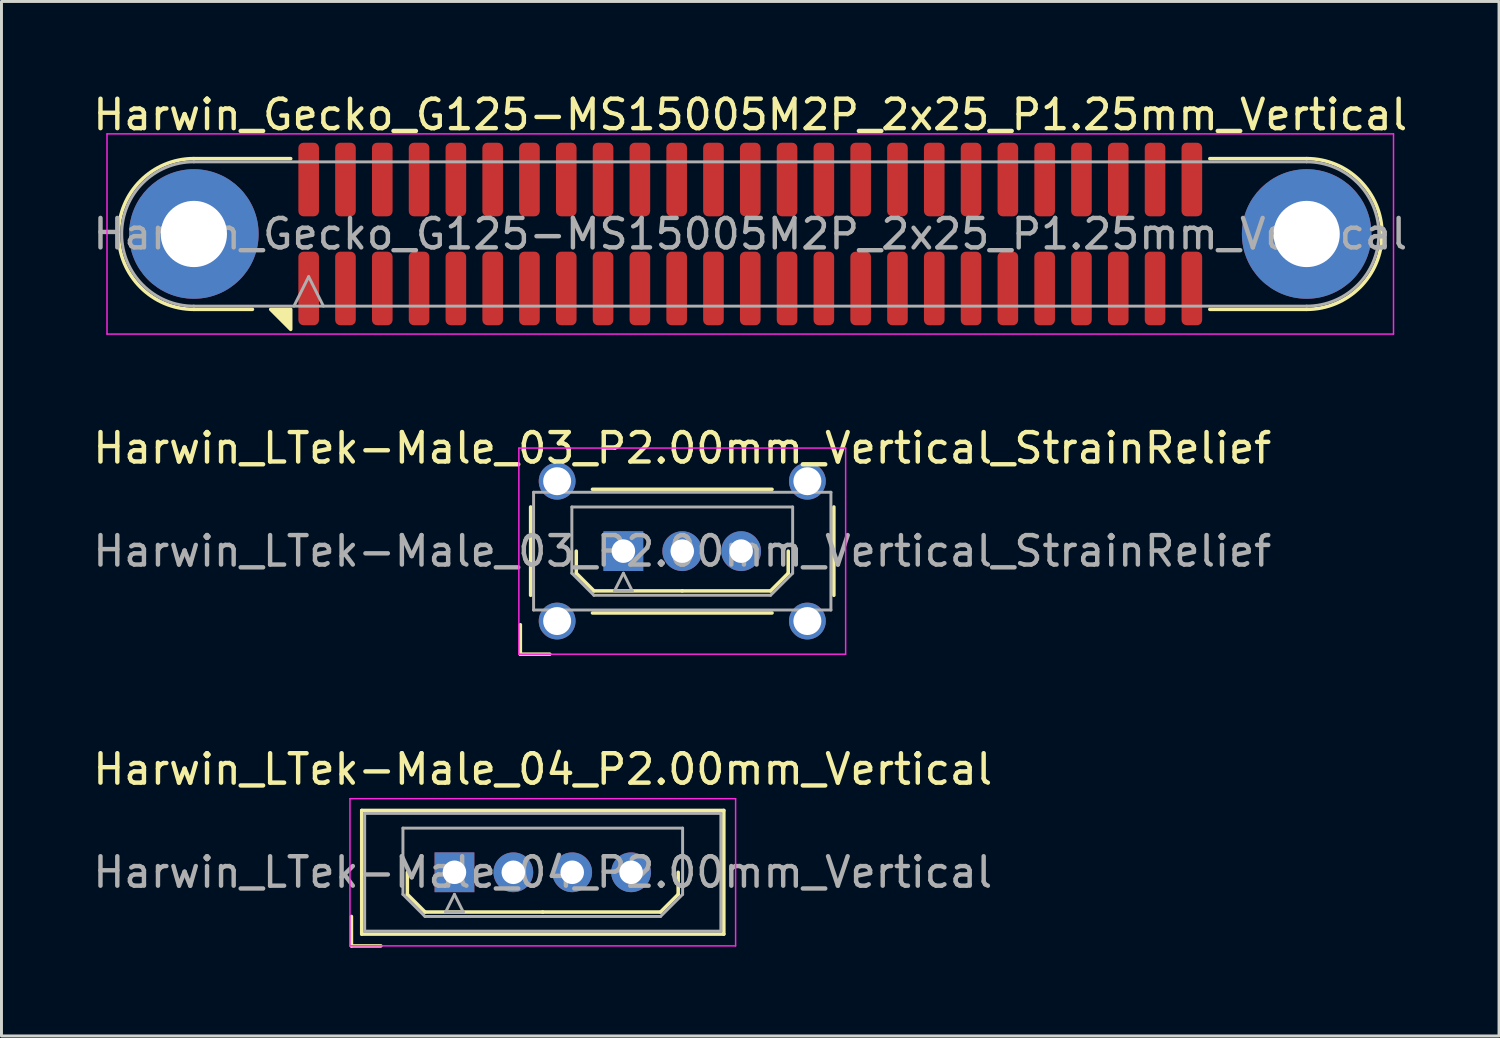
<source format=kicad_pcb>
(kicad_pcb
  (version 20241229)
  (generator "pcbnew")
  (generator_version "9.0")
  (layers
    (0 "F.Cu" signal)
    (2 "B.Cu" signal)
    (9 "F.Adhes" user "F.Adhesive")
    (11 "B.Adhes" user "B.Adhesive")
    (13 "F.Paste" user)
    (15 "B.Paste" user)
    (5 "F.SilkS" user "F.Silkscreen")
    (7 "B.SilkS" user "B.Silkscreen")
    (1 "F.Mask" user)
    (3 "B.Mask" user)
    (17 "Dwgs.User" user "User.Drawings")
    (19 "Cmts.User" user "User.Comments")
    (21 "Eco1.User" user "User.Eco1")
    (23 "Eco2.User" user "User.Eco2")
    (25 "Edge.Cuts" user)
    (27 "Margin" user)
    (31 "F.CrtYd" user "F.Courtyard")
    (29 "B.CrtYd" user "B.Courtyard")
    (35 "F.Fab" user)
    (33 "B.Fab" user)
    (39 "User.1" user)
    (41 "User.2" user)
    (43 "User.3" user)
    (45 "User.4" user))
  (footprint "Harwin_LTek-Male_03_P2.00mm_Vertical_StrainRelief"
    (layer "F.Cu")
    (at 18.125 15.671)
    (property "Reference" "Harwin_LTek-Male_03_P2.00mm_Vertical_StrainRelief" (at 2 -3.5 0) (layer "F.SilkS") (effects (font (size 1 1) (thickness 0.15))))
    (attr through_hole)
    (fp_line (start -3.5 2.5) (end -3.5 3.5) (stroke (width 0.12) (type solid)) (layer "F.SilkS"))
    (fp_line (start -3.5 3.5) (end -2.5 3.5) (stroke (width 0.12) (type solid)) (layer "F.SilkS"))
    (fp_line (start -3.15 -1.5) (end -3.15 1.5) (stroke (width 0.12) (type solid)) (layer "F.SilkS"))
    (fp_line (start -1.6 0) (end -1.6 0.75) (stroke (width 0.12) (type solid)) (layer "F.SilkS"))
    (fp_line (start -1.6 0.75) (end -1 1.35) (stroke (width 0.12) (type solid)) (layer "F.SilkS"))
    (fp_line (start -1.05 -2.1) (end 5.05 -2.1) (stroke (width 0.12) (type solid)) (layer "F.SilkS"))
    (fp_line (start -1.05 2.1) (end 5.05 2.1) (stroke (width 0.12) (type solid)) (layer "F.SilkS"))
    (fp_line (start -1 1.35) (end 2 1.35) (stroke (width 0.12) (type solid)) (layer "F.SilkS"))
    (fp_line (start 5 1.35) (end 2 1.35) (stroke (width 0.12) (type solid)) (layer "F.SilkS"))
    (fp_line (start 5.6 0) (end 5.6 0.75) (stroke (width 0.12) (type solid)) (layer "F.SilkS"))
    (fp_line (start 5.6 0.75) (end 5 1.35) (stroke (width 0.12) (type solid)) (layer "F.SilkS"))
    (fp_line (start 7.15 -1.5) (end 7.15 1.5) (stroke (width 0.12) (type solid)) (layer "F.SilkS"))
    (fp_line (start -3.55 -3.5) (end -3.55 3.5) (stroke (width 0.05) (type solid)) (layer "F.CrtYd"))
    (fp_line (start -3.55 3.5) (end 7.55 3.5) (stroke (width 0.05) (type solid)) (layer "F.CrtYd"))
    (fp_line (start 7.55 -3.5) (end -3.55 -3.5) (stroke (width 0.05) (type solid)) (layer "F.CrtYd"))
    (fp_line (start 7.55 3.5) (end 7.55 -3.5) (stroke (width 0.05) (type solid)) (layer "F.CrtYd"))
    (fp_line (start -3.05 -2) (end -3.05 2) (stroke (width 0.1) (type solid)) (layer "F.Fab"))
    (fp_line (start -3.05 2) (end 7.05 2) (stroke (width 0.1) (type solid)) (layer "F.Fab"))
    (fp_line (start -1.75 -1.5) (end 5.75 -1.5) (stroke (width 0.1) (type solid)) (layer "F.Fab"))
    (fp_line (start -1.75 0.75) (end -1.75 -1.5) (stroke (width 0.1) (type solid)) (layer "F.Fab"))
    (fp_line (start -1 1.5) (end -1.75 0.75) (stroke (width 0.1) (type solid)) (layer "F.Fab"))
    (fp_line (start -0.3 1.35) (end 0.3 1.35) (stroke (width 0.1) (type solid)) (layer "F.Fab"))
    (fp_line (start 0 0.75) (end -0.3 1.35) (stroke (width 0.1) (type solid)) (layer "F.Fab"))
    (fp_line (start 0.3 1.35) (end 0 0.75) (stroke (width 0.1) (type solid)) (layer "F.Fab"))
    (fp_line (start 5 1.5) (end -1 1.5) (stroke (width 0.1) (type solid)) (layer "F.Fab"))
    (fp_line (start 5.75 -1.5) (end 5.75 0.75) (stroke (width 0.1) (type solid)) (layer "F.Fab"))
    (fp_line (start 5.75 0.75) (end 5 1.5) (stroke (width 0.1) (type solid)) (layer "F.Fab"))
    (fp_line (start 7.05 -2) (end -3.05 -2) (stroke (width 0.1) (type solid)) (layer "F.Fab"))
    (fp_line (start 7.05 2) (end 7.05 -2) (stroke (width 0.1) (type solid)) (layer "F.Fab"))
    (fp_text user "${REFERENCE}" (at 2 0 0) (layer "F.Fab") (effects (font (size 1 1) (thickness 0.15))))
    (pad "" thru_hole circle (at -2.25 -2.375) (size 1.25 1.25) (drill 0.95) (layers "*.Cu" "*.Mask"))
    (pad "" thru_hole circle (at -2.25 2.375) (size 1.25 1.25) (drill 0.95) (layers "*.Cu" "*.Mask"))
    (pad "" thru_hole circle (at 6.25 -2.375) (size 1.25 1.25) (drill 0.95) (layers "*.Cu" "*.Mask"))
    (pad "" thru_hole circle (at 6.25 2.375) (size 1.25 1.25) (drill 0.95) (layers "*.Cu" "*.Mask"))
    (pad "1" thru_hole rect (at 0 0) (size 1.35 1.35) (drill 0.8) (layers "*.Cu" "*.Mask"))
    (pad "2" thru_hole circle (at 2 0) (size 1.35 1.35) (drill 0.8) (layers "*.Cu" "*.Mask"))
    (pad "3" thru_hole circle (at 4 0) (size 1.35 1.35) (drill 0.8) (layers "*.Cu" "*.Mask")))
  (footprint "Harwin_Gecko_G125-MS15005M2P_2x25_P1.25mm_Vertical"
    (layer "F.Cu")
    (at 22.435 4.898)
    (property "Reference" "Harwin_Gecko_G125-MS15005M2P_2x25_P1.25mm_Vertical" (at 0 -4.05 0) (layer "F.SilkS") (effects (font (size 1 1) (thickness 0.15))))
    (attr smd)
    (fp_line (start -16.91 2.56) (end -18.9 2.56) (stroke (width 0.12) (type solid)) (layer "F.SilkS"))
    (fp_line (start -15.61 -2.56) (end -18.9 -2.56) (stroke (width 0.12) (type solid)) (layer "F.SilkS"))
    (fp_line (start 15.61 -2.56) (end 18.9 -2.56) (stroke (width 0.12) (type solid)) (layer "F.SilkS"))
    (fp_line (start 15.61 2.56) (end 18.9 2.56) (stroke (width 0.12) (type solid)) (layer "F.SilkS"))
    (fp_arc (start -18.9 2.56) (mid -21.46 0) (end -18.9 -2.56) (stroke (width 0.12) (type solid)) (layer "F.SilkS"))
    (fp_arc (start 18.9 -2.56) (mid 21.46 0) (end 18.9 2.56) (stroke (width 0.12) (type solid)) (layer "F.SilkS"))
    (fp_poly (pts (xy -15.61 2.56) (xy -15.61 3.24) (xy -16.29 2.56)) (stroke (width 0.12) (type solid)) (fill yes) (layer "F.SilkS"))
    (fp_line (start -21.85 -3.4) (end -21.85 3.4) (stroke (width 0.05) (type solid)) (layer "F.CrtYd"))
    (fp_line (start -21.85 3.4) (end 21.85 3.4) (stroke (width 0.05) (type solid)) (layer "F.CrtYd"))
    (fp_line (start 21.85 -3.4) (end -21.85 -3.4) (stroke (width 0.05) (type solid)) (layer "F.CrtYd"))
    (fp_line (start 21.85 3.4) (end 21.85 -3.4) (stroke (width 0.05) (type solid)) (layer "F.CrtYd"))
    (fp_line (start -18.9 -2.45) (end 18.9 -2.45) (stroke (width 0.1) (type solid)) (layer "F.Fab"))
    (fp_line (start -15.5 2.45) (end -15 1.45) (stroke (width 0.1) (type solid)) (layer "F.Fab"))
    (fp_line (start -15 1.45) (end -14.5 2.45) (stroke (width 0.1) (type solid)) (layer "F.Fab"))
    (fp_line (start 18.9 2.45) (end -18.9 2.45) (stroke (width 0.1) (type solid)) (layer "F.Fab"))
    (fp_arc (start -18.9 2.45) (mid -21.35 0) (end -18.9 -2.45) (stroke (width 0.1) (type solid)) (layer "F.Fab"))
    (fp_arc (start 18.9 -2.45) (mid 21.35 0) (end 18.9 2.45) (stroke (width 0.1) (type solid)) (layer "F.Fab"))
    (fp_text user "${REFERENCE}" (at 0 0 0) (layer "F.Fab") (effects (font (size 1 1) (thickness 0.15))))
    (pad "1" smd roundrect (at -15 1.85) (size 0.7 2.5) (layers "F.Cu" "F.Mask" "F.Paste") (roundrect_rratio 0.25))
    (pad "2" smd roundrect (at -13.75 1.85) (size 0.7 2.5) (layers "F.Cu" "F.Mask" "F.Paste") (roundrect_rratio 0.25))
    (pad "3" smd roundrect (at -12.5 1.85) (size 0.7 2.5) (layers "F.Cu" "F.Mask" "F.Paste") (roundrect_rratio 0.25))
    (pad "4" smd roundrect (at -11.25 1.85) (size 0.7 2.5) (layers "F.Cu" "F.Mask" "F.Paste") (roundrect_rratio 0.25))
    (pad "5" smd roundrect (at -10 1.85) (size 0.7 2.5) (layers "F.Cu" "F.Mask" "F.Paste") (roundrect_rratio 0.25))
    (pad "6" smd roundrect (at -8.75 1.85) (size 0.7 2.5) (layers "F.Cu" "F.Mask" "F.Paste") (roundrect_rratio 0.25))
    (pad "7" smd roundrect (at -7.5 1.85) (size 0.7 2.5) (layers "F.Cu" "F.Mask" "F.Paste") (roundrect_rratio 0.25))
    (pad "8" smd roundrect (at -6.25 1.85) (size 0.7 2.5) (layers "F.Cu" "F.Mask" "F.Paste") (roundrect_rratio 0.25))
    (pad "9" smd roundrect (at -5 1.85) (size 0.7 2.5) (layers "F.Cu" "F.Mask" "F.Paste") (roundrect_rratio 0.25))
    (pad "10" smd roundrect (at -3.75 1.85) (size 0.7 2.5) (layers "F.Cu" "F.Mask" "F.Paste") (roundrect_rratio 0.25))
    (pad "11" smd roundrect (at -2.5 1.85) (size 0.7 2.5) (layers "F.Cu" "F.Mask" "F.Paste") (roundrect_rratio 0.25))
    (pad "12" smd roundrect (at -1.25 1.85) (size 0.7 2.5) (layers "F.Cu" "F.Mask" "F.Paste") (roundrect_rratio 0.25))
    (pad "13" smd roundrect (at 0 1.85) (size 0.7 2.5) (layers "F.Cu" "F.Mask" "F.Paste") (roundrect_rratio 0.25))
    (pad "14" smd roundrect (at 1.25 1.85) (size 0.7 2.5) (layers "F.Cu" "F.Mask" "F.Paste") (roundrect_rratio 0.25))
    (pad "15" smd roundrect (at 2.5 1.85) (size 0.7 2.5) (layers "F.Cu" "F.Mask" "F.Paste") (roundrect_rratio 0.25))
    (pad "16" smd roundrect (at 3.75 1.85) (size 0.7 2.5) (layers "F.Cu" "F.Mask" "F.Paste") (roundrect_rratio 0.25))
    (pad "17" smd roundrect (at 5 1.85) (size 0.7 2.5) (layers "F.Cu" "F.Mask" "F.Paste") (roundrect_rratio 0.25))
    (pad "18" smd roundrect (at 6.25 1.85) (size 0.7 2.5) (layers "F.Cu" "F.Mask" "F.Paste") (roundrect_rratio 0.25))
    (pad "19" smd roundrect (at 7.5 1.85) (size 0.7 2.5) (layers "F.Cu" "F.Mask" "F.Paste") (roundrect_rratio 0.25))
    (pad "20" smd roundrect (at 8.75 1.85) (size 0.7 2.5) (layers "F.Cu" "F.Mask" "F.Paste") (roundrect_rratio 0.25))
    (pad "21" smd roundrect (at 10 1.85) (size 0.7 2.5) (layers "F.Cu" "F.Mask" "F.Paste") (roundrect_rratio 0.25))
    (pad "22" smd roundrect (at 11.25 1.85) (size 0.7 2.5) (layers "F.Cu" "F.Mask" "F.Paste") (roundrect_rratio 0.25))
    (pad "23" smd roundrect (at 12.5 1.85) (size 0.7 2.5) (layers "F.Cu" "F.Mask" "F.Paste") (roundrect_rratio 0.25))
    (pad "24" smd roundrect (at 13.75 1.85) (size 0.7 2.5) (layers "F.Cu" "F.Mask" "F.Paste") (roundrect_rratio 0.25))
    (pad "25" smd roundrect (at 15 1.85) (size 0.7 2.5) (layers "F.Cu" "F.Mask" "F.Paste") (roundrect_rratio 0.25))
    (pad "26" smd roundrect (at -15 -1.85) (size 0.7 2.5) (layers "F.Cu" "F.Mask" "F.Paste") (roundrect_rratio 0.25))
    (pad "27" smd roundrect (at -13.75 -1.85) (size 0.7 2.5) (layers "F.Cu" "F.Mask" "F.Paste") (roundrect_rratio 0.25))
    (pad "28" smd roundrect (at -12.5 -1.85) (size 0.7 2.5) (layers "F.Cu" "F.Mask" "F.Paste") (roundrect_rratio 0.25))
    (pad "29" smd roundrect (at -11.25 -1.85) (size 0.7 2.5) (layers "F.Cu" "F.Mask" "F.Paste") (roundrect_rratio 0.25))
    (pad "30" smd roundrect (at -10 -1.85) (size 0.7 2.5) (layers "F.Cu" "F.Mask" "F.Paste") (roundrect_rratio 0.25))
    (pad "31" smd roundrect (at -8.75 -1.85) (size 0.7 2.5) (layers "F.Cu" "F.Mask" "F.Paste") (roundrect_rratio 0.25))
    (pad "32" smd roundrect (at -7.5 -1.85) (size 0.7 2.5) (layers "F.Cu" "F.Mask" "F.Paste") (roundrect_rratio 0.25))
    (pad "33" smd roundrect (at -6.25 -1.85) (size 0.7 2.5) (layers "F.Cu" "F.Mask" "F.Paste") (roundrect_rratio 0.25))
    (pad "34" smd roundrect (at -5 -1.85) (size 0.7 2.5) (layers "F.Cu" "F.Mask" "F.Paste") (roundrect_rratio 0.25))
    (pad "35" smd roundrect (at -3.75 -1.85) (size 0.7 2.5) (layers "F.Cu" "F.Mask" "F.Paste") (roundrect_rratio 0.25))
    (pad "36" smd roundrect (at -2.5 -1.85) (size 0.7 2.5) (layers "F.Cu" "F.Mask" "F.Paste") (roundrect_rratio 0.25))
    (pad "37" smd roundrect (at -1.25 -1.85) (size 0.7 2.5) (layers "F.Cu" "F.Mask" "F.Paste") (roundrect_rratio 0.25))
    (pad "38" smd roundrect (at 0 -1.85) (size 0.7 2.5) (layers "F.Cu" "F.Mask" "F.Paste") (roundrect_rratio 0.25))
    (pad "39" smd roundrect (at 1.25 -1.85) (size 0.7 2.5) (layers "F.Cu" "F.Mask" "F.Paste") (roundrect_rratio 0.25))
    (pad "40" smd roundrect (at 2.5 -1.85) (size 0.7 2.5) (layers "F.Cu" "F.Mask" "F.Paste") (roundrect_rratio 0.25))
    (pad "41" smd roundrect (at 3.75 -1.85) (size 0.7 2.5) (layers "F.Cu" "F.Mask" "F.Paste") (roundrect_rratio 0.25))
    (pad "42" smd roundrect (at 5 -1.85) (size 0.7 2.5) (layers "F.Cu" "F.Mask" "F.Paste") (roundrect_rratio 0.25))
    (pad "43" smd roundrect (at 6.25 -1.85) (size 0.7 2.5) (layers "F.Cu" "F.Mask" "F.Paste") (roundrect_rratio 0.25))
    (pad "44" smd roundrect (at 7.5 -1.85) (size 0.7 2.5) (layers "F.Cu" "F.Mask" "F.Paste") (roundrect_rratio 0.25))
    (pad "45" smd roundrect (at 8.75 -1.85) (size 0.7 2.5) (layers "F.Cu" "F.Mask" "F.Paste") (roundrect_rratio 0.25))
    (pad "46" smd roundrect (at 10 -1.85) (size 0.7 2.5) (layers "F.Cu" "F.Mask" "F.Paste") (roundrect_rratio 0.25))
    (pad "47" smd roundrect (at 11.25 -1.85) (size 0.7 2.5) (layers "F.Cu" "F.Mask" "F.Paste") (roundrect_rratio 0.25))
    (pad "48" smd roundrect (at 12.5 -1.85) (size 0.7 2.5) (layers "F.Cu" "F.Mask" "F.Paste") (roundrect_rratio 0.25))
    (pad "49" smd roundrect (at 13.75 -1.85) (size 0.7 2.5) (layers "F.Cu" "F.Mask" "F.Paste") (roundrect_rratio 0.25))
    (pad "50" smd roundrect (at 15 -1.85) (size 0.7 2.5) (layers "F.Cu" "F.Mask" "F.Paste") (roundrect_rratio 0.25))
    (pad "MP" thru_hole circle (at -18.9 0) (size 4.4 4.4) (drill 2.25) (layers "*.Cu" "*.Mask"))
    (pad "MP" thru_hole circle (at 18.9 0) (size 4.4 4.4) (drill 2.25) (layers "*.Cu" "*.Mask")))
  (footprint "Harwin_LTek-Male_04_P2.00mm_Vertical"
    (layer "F.Cu")
    (at 12.387 26.58)
    (property "Reference" "Harwin_LTek-Male_04_P2.00mm_Vertical" (at 3 -3.5 0) (layer "F.SilkS") (effects (font (size 1 1) (thickness 0.15))))
    (attr through_hole)
    (fp_line (start -3.5 1.5) (end -3.5 2.5) (stroke (width 0.12) (type solid)) (layer "F.SilkS"))
    (fp_line (start -3.5 2.5) (end -2.5 2.5) (stroke (width 0.12) (type solid)) (layer "F.SilkS"))
    (fp_line (start -3.15 -2.1) (end -3.15 2.1) (stroke (width 0.12) (type solid)) (layer "F.SilkS"))
    (fp_line (start -3.15 2.1) (end 9.15 2.1) (stroke (width 0.12) (type solid)) (layer "F.SilkS"))
    (fp_line (start -1.6 0) (end -1.6 0.75) (stroke (width 0.12) (type solid)) (layer "F.SilkS"))
    (fp_line (start -1.6 0.75) (end -1 1.35) (stroke (width 0.12) (type solid)) (layer "F.SilkS"))
    (fp_line (start -1 1.35) (end 3 1.35) (stroke (width 0.12) (type solid)) (layer "F.SilkS"))
    (fp_line (start 7 1.35) (end 3 1.35) (stroke (width 0.12) (type solid)) (layer "F.SilkS"))
    (fp_line (start 7.6 0) (end 7.6 0.75) (stroke (width 0.12) (type solid)) (layer "F.SilkS"))
    (fp_line (start 7.6 0.75) (end 7 1.35) (stroke (width 0.12) (type solid)) (layer "F.SilkS"))
    (fp_line (start 9.15 -2.1) (end -3.15 -2.1) (stroke (width 0.12) (type solid)) (layer "F.SilkS"))
    (fp_line (start 9.15 2.1) (end 9.15 -2.1) (stroke (width 0.12) (type solid)) (layer "F.SilkS"))
    (fp_line (start -3.55 -2.5) (end -3.55 2.5) (stroke (width 0.05) (type solid)) (layer "F.CrtYd"))
    (fp_line (start -3.55 2.5) (end 9.55 2.5) (stroke (width 0.05) (type solid)) (layer "F.CrtYd"))
    (fp_line (start 9.55 -2.5) (end -3.55 -2.5) (stroke (width 0.05) (type solid)) (layer "F.CrtYd"))
    (fp_line (start 9.55 2.5) (end 9.55 -2.5) (stroke (width 0.05) (type solid)) (layer "F.CrtYd"))
    (fp_line (start -3.05 -2) (end -3.05 2) (stroke (width 0.1) (type solid)) (layer "F.Fab"))
    (fp_line (start -3.05 2) (end 9.05 2) (stroke (width 0.1) (type solid)) (layer "F.Fab"))
    (fp_line (start -1.75 -1.5) (end 7.75 -1.5) (stroke (width 0.1) (type solid)) (layer "F.Fab"))
    (fp_line (start -1.75 0.75) (end -1.75 -1.5) (stroke (width 0.1) (type solid)) (layer "F.Fab"))
    (fp_line (start -1 1.5) (end -1.75 0.75) (stroke (width 0.1) (type solid)) (layer "F.Fab"))
    (fp_line (start -0.3 1.35) (end 0.3 1.35) (stroke (width 0.1) (type solid)) (layer "F.Fab"))
    (fp_line (start 0 0.75) (end -0.3 1.35) (stroke (width 0.1) (type solid)) (layer "F.Fab"))
    (fp_line (start 0.3 1.35) (end 0 0.75) (stroke (width 0.1) (type solid)) (layer "F.Fab"))
    (fp_line (start 7 1.5) (end -1 1.5) (stroke (width 0.1) (type solid)) (layer "F.Fab"))
    (fp_line (start 7.75 -1.5) (end 7.75 0.75) (stroke (width 0.1) (type solid)) (layer "F.Fab"))
    (fp_line (start 7.75 0.75) (end 7 1.5) (stroke (width 0.1) (type solid)) (layer "F.Fab"))
    (fp_line (start 9.05 -2) (end -3.05 -2) (stroke (width 0.1) (type solid)) (layer "F.Fab"))
    (fp_line (start 9.05 2) (end 9.05 -2) (stroke (width 0.1) (type solid)) (layer "F.Fab"))
    (fp_text user "${REFERENCE}" (at 3 0 0) (layer "F.Fab") (effects (font (size 1 1) (thickness 0.15))))
    (pad "1" thru_hole rect (at 0 0) (size 1.35 1.35) (drill 0.8) (layers "*.Cu" "*.Mask"))
    (pad "2" thru_hole circle (at 2 0) (size 1.35 1.35) (drill 0.8) (layers "*.Cu" "*.Mask"))
    (pad "3" thru_hole circle (at 4 0) (size 1.35 1.35) (drill 0.8) (layers "*.Cu" "*.Mask"))
    (pad "4" thru_hole circle (at 6 0) (size 1.35 1.35) (drill 0.8) (layers "*.Cu" "*.Mask")))
  (gr_rect
    (start -3 -3)
    (end 47.869 32.14)
    (stroke (width 0.1) (type default))
    (fill no)
    (layer "Edge.Cuts")))
</source>
